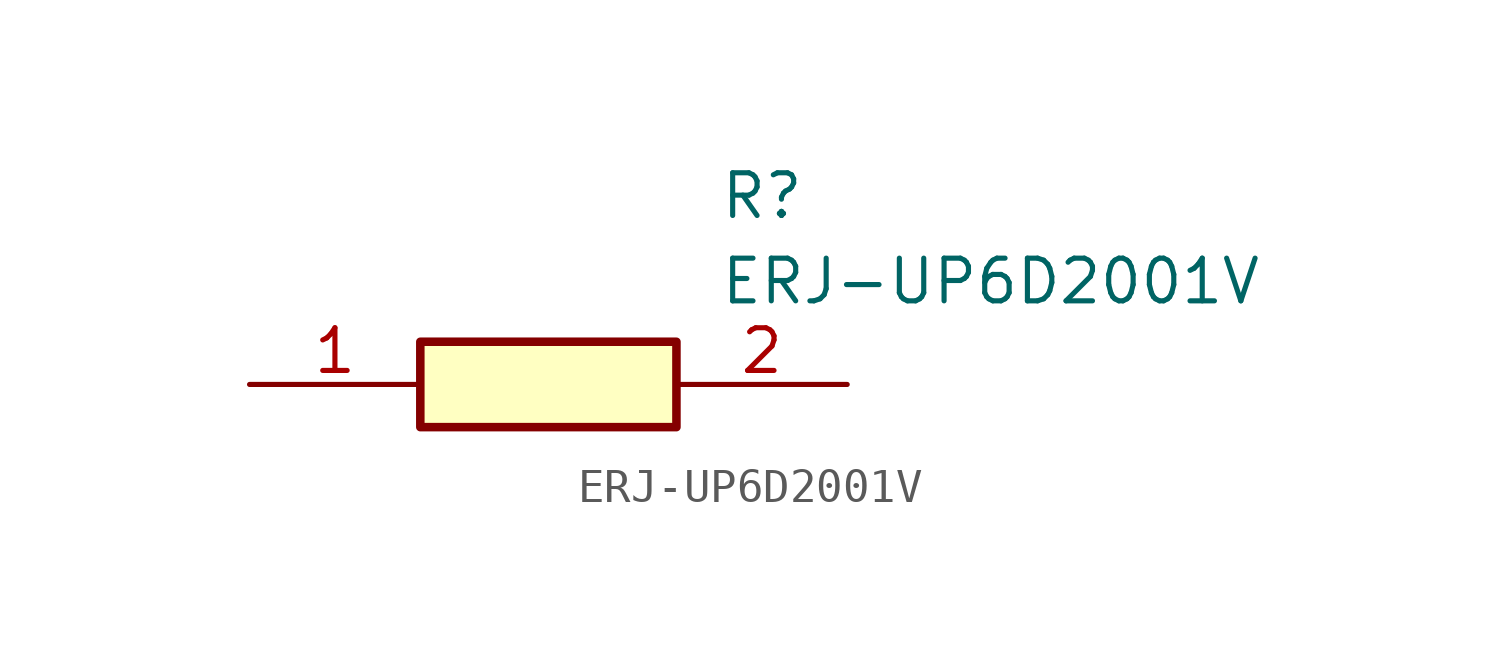
<source format=kicad_sym>
(kicad_symbol_lib
  (version 20211014)
  (generator SamacSys_ECAD_Model)
  (symbol "ERJ-UP6D2001V"
    (pin_names hide)
    (property "Reference" "R"
      (at 13.97 6.35 0)
      (effects (font (size 1.27 1.27)) (justify left top)))
    (property "Value" "ERJ-UP6D2001V"
      (at 13.97 3.81 0)
      (effects (font (size 1.27 1.27)) (justify left top)))
    (rectangle
      (start 5.08 1.27)
      (end 12.7 -1.27)
      (stroke (width 0.254) (type default))
      (fill (type background)))
    (pin passive line
      (at 0 0 0)
      (length 5.08)
      (name "1" (effects (font (size 1.27 1.27))))
      (number "1" (effects (font (size 1.27 1.27)))))
    (pin passive line
      (at 17.78 0 180)
      (length 5.08)
      (name "2" (effects (font (size 1.27 1.27))))
      (number "2" (effects (font (size 1.27 1.27)))))))
</source>
